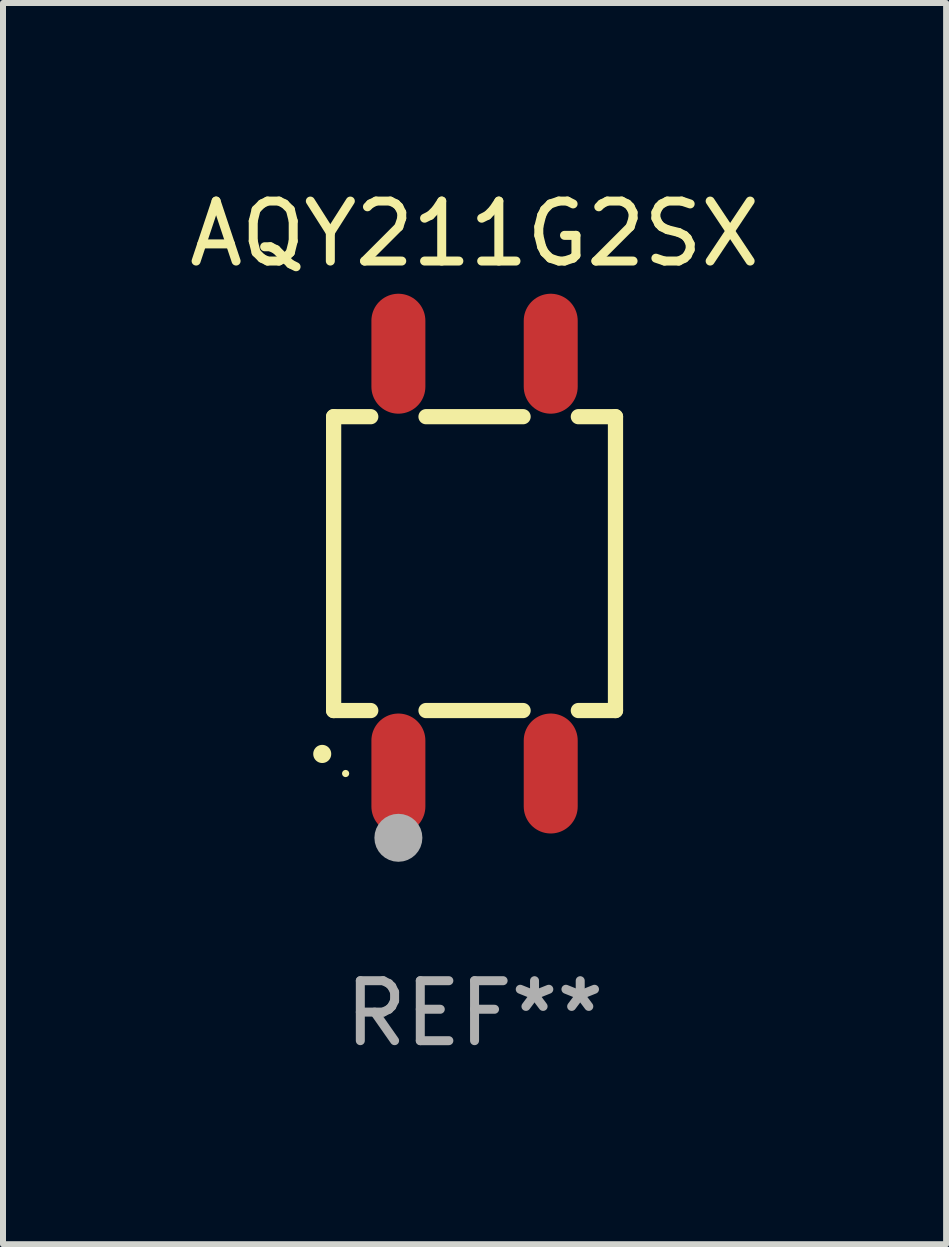
<source format=kicad_pcb>
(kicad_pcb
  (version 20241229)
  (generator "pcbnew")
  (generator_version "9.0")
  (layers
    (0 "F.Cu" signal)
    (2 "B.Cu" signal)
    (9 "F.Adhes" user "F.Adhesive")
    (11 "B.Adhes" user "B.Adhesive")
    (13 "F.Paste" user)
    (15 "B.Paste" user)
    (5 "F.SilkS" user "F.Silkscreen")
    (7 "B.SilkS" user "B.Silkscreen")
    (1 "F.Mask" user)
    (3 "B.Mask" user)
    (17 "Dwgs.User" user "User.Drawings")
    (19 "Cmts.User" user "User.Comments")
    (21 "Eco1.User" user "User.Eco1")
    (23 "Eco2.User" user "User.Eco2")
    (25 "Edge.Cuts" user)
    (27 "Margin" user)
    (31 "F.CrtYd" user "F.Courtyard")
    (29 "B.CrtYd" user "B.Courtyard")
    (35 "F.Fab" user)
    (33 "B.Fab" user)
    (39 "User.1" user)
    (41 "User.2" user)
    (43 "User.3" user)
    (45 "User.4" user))
  (footprint "AQY211G2SX"
    (layer "F.Cu")
    (at 4.863 6.348)
    (property "Reference" "AQY211G2SX" (at 0 -5.5 0) (layer "F.SilkS") (effects (font (size 1 1) (thickness 0.15))))
    (attr through_hole)
    (fp_line (start -2.35 -2.45) (end -2.35 2.45) (stroke (width 0.254) (type solid)) (layer "F.SilkS"))
    (fp_line (start -2.35 -2.45) (end -1.731 -2.45) (stroke (width 0.254) (type solid)) (layer "F.SilkS"))
    (fp_line (start -2.35 2.45) (end -1.731 2.45) (stroke (width 0.254) (type solid)) (layer "F.SilkS"))
    (fp_line (start -0.809 -2.45) (end 0.809 -2.45) (stroke (width 0.254) (type solid)) (layer "F.SilkS"))
    (fp_line (start -0.809 2.45) (end 0.809 2.45) (stroke (width 0.254) (type solid)) (layer "F.SilkS"))
    (fp_line (start 1.731 -2.45) (end 2.35 -2.45) (stroke (width 0.254) (type solid)) (layer "F.SilkS"))
    (fp_line (start 1.731 2.45) (end 2.35 2.45) (stroke (width 0.254) (type solid)) (layer "F.SilkS"))
    (fp_line (start 2.35 -2.45) (end 2.35 2.45) (stroke (width 0.254) (type solid)) (layer "F.SilkS"))
    (fp_arc (start -2.540005 3.174879) (mid -2.54001 3.173609) (end -2.540005 3.172339) (stroke (width 0.3) (type solid)) (layer "F.SilkS"))
    (fp_circle (center -2.15 3.5) (end -2.12 3.5) (stroke (width 0.06) (type solid)) (fill no) (layer "F.SilkS"))
    (fp_circle (center -1.27 4.572) (end -1.07 4.572) (stroke (width 0.4) (type solid)) (fill no) (layer "F.Fab"))
    (fp_text user "REF**" (at 0 7.5 0) (layer "F.Fab") (effects (font (size 1 1) (thickness 0.15))))
    (pad "1" smd oval (at -1.27 3.5 180) (size 0.9 2) (layers "F.Cu" "F.Mask" "F.Paste"))
    (pad "2" smd oval (at 1.27 3.5 180) (size 0.9 2) (layers "F.Cu" "F.Mask" "F.Paste"))
    (pad "3" smd oval (at 1.27 -3.5 180) (size 0.9 2) (layers "F.Cu" "F.Mask" "F.Paste"))
    (pad "4" smd oval (at -1.27 -3.5 180) (size 0.9 2) (layers "F.Cu" "F.Mask" "F.Paste")))
  (gr_rect
    (start -3 -3)
    (end 12.726 17.697)
    (stroke (width 0.1) (type default))
    (fill no)
    (layer "Edge.Cuts")))
</source>
